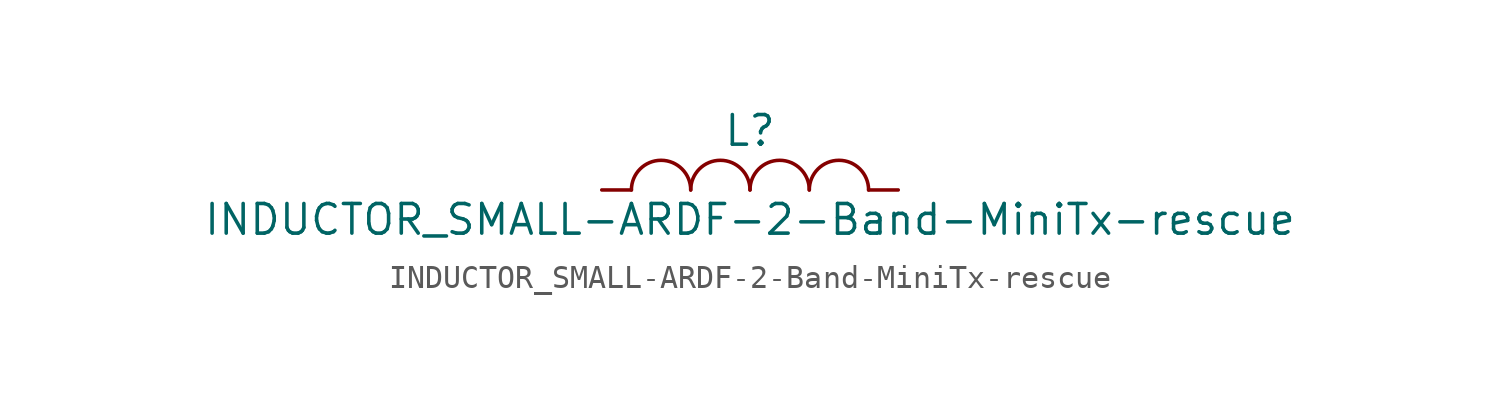
<source format=kicad_sym>
(kicad_symbol_lib
  (version 20211014)
  (generator kicad_symbol_editor)
  (symbol "INDUCTOR_SMALL-ARDF-2-Band-MiniTx-rescue"
    (pin_numbers hide)
    (pin_names
      (offset 0) hide)
    (property "Reference" "L"
      (at 0 2.54 0)
      (effects (font (size 1.27 1.27))))
    (property "Value" "INDUCTOR_SMALL-ARDF-2-Band-MiniTx-rescue"
      (at 0 -1.27 0)
      (effects (font (size 1.27 1.27))))
    (property "Footprint" ""
      (at 0 0 0)
      (effects (font (size 1.27 1.27))))
    (property "Datasheet" ""
      (at 0 0 0)
      (effects (font (size 1.27 1.27))))
    (symbol "INDUCTOR_SMALL-ARDF-2-Band-MiniTx-rescue_0_1"
      (arc (start -2.54 0) (mid -3.81 1.27) (end -5.08 0) (stroke (width 0) (type default) (color 0 0 0 0)) (fill (type none)))
      (arc (start 0 0) (mid -1.27 1.27) (end -2.54 0) (stroke (width 0) (type default) (color 0 0 0 0)) (fill (type none)))
      (arc (start 2.54 0) (mid 1.27 1.27) (end 0 0) (stroke (width 0) (type default) (color 0 0 0 0)) (fill (type none)))
      (arc (start 5.08 0) (mid 3.81 1.27) (end 2.54 0) (stroke (width 0) (type default) (color 0 0 0 0)) (fill (type none))))
    (symbol "INDUCTOR_SMALL-ARDF-2-Band-MiniTx-rescue_1_1"
      (pin input line (at -6.35 0 0) (length 1.27) (name "1" (effects (font (size 0.762 0.762)))) (number "1" (effects (font (size 0.762 0.762)))))
      (pin input line (at 6.35 0 180) (length 1.27) (name "2" (effects (font (size 0.762 0.762)))) (number "2" (effects (font (size 0.762 0.762))))))))
</source>
